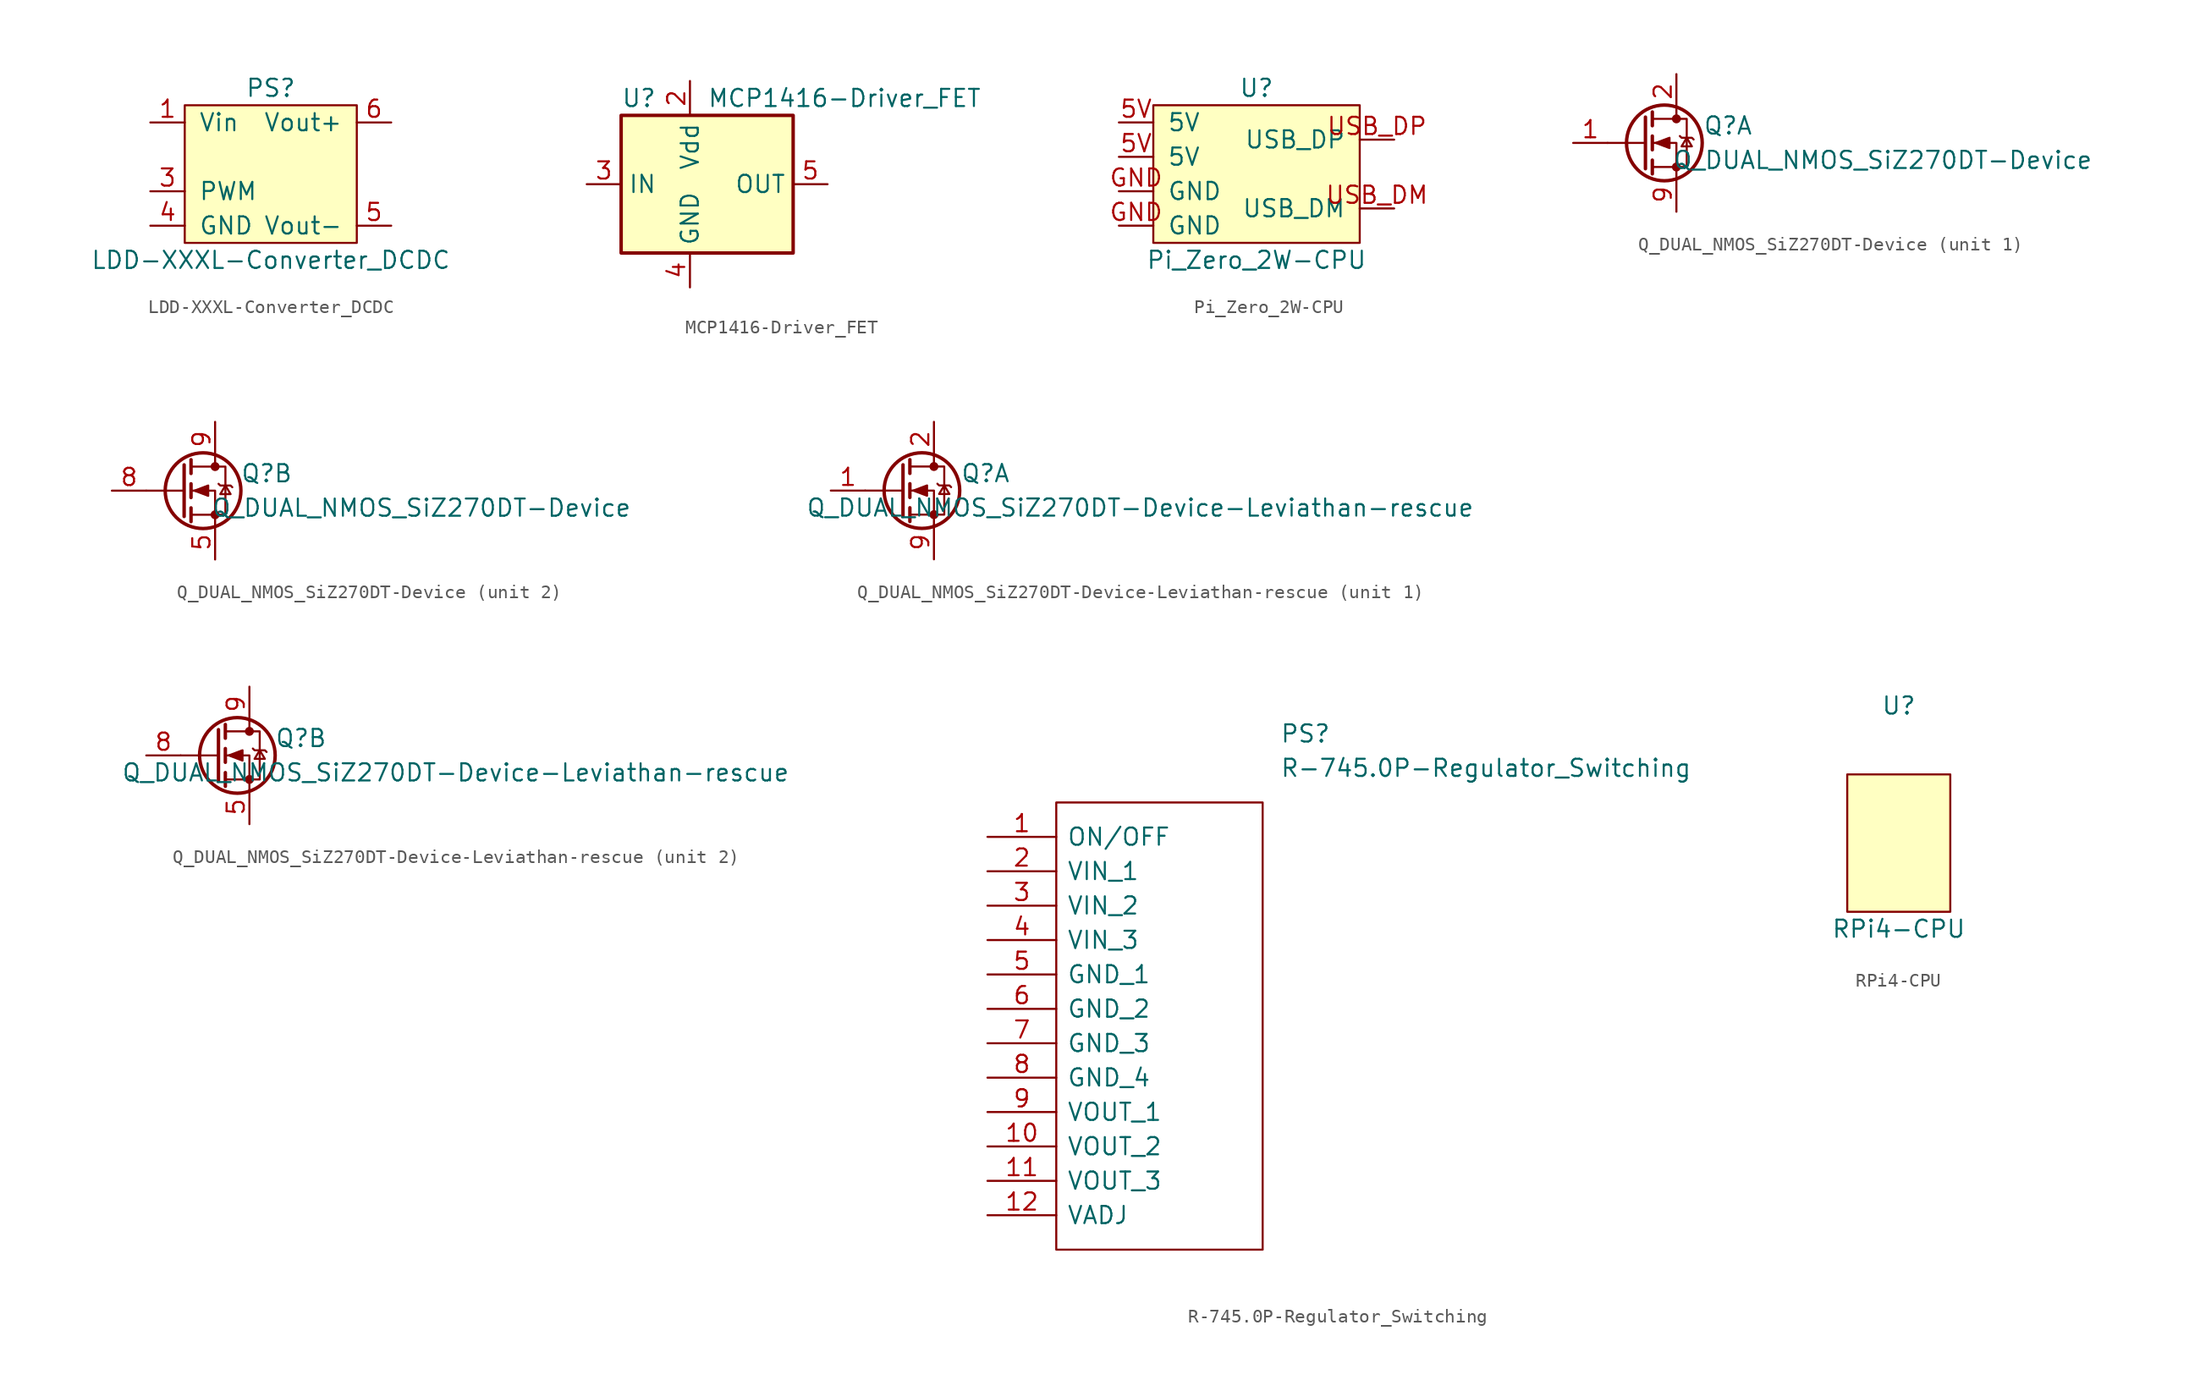
<source format=kicad_sym>
(kicad_symbol_lib
  (version 20211014)
  (generator kicad_symbol_editor)
  (symbol "LDD-XXXL-Converter_DCDC"
    (pin_names
      (offset 1.016))
    (property "Reference" "PS"
      (at 0 6.35 0)
      (effects (font (size 1.27 1.27))))
    (property "Value" "LDD-XXXL-Converter_DCDC"
      (at 0 -6.35 0)
      (effects (font (size 1.27 1.27))))
    (symbol "LDD-XXXL-Converter_DCDC_1_1"
      (rectangle (start -6.35 5.08) (end 6.35 -5.08) (stroke (width 0) (type default) (color 0 0 0 0)) (fill (type background)))
      (pin power_in line (at -8.89 3.81 0) (length 2.54) (name "Vin" (effects (font (size 1.27 1.27)))) (number "1" (effects (font (size 1.27 1.27)))))
      (pin input line (at -8.89 -1.27 0) (length 2.54) (name "PWM" (effects (font (size 1.27 1.27)))) (number "3" (effects (font (size 1.27 1.27)))))
      (pin power_in line (at -8.89 -3.81 0) (length 2.54) (name "GND" (effects (font (size 1.27 1.27)))) (number "4" (effects (font (size 1.27 1.27)))))
      (pin power_out line (at 8.89 -3.81 180) (length 2.54) (name "Vout-" (effects (font (size 1.27 1.27)))) (number "5" (effects (font (size 1.27 1.27)))))
      (pin power_out line (at 8.89 3.81 180) (length 2.54) (name "Vout+" (effects (font (size 1.27 1.27)))) (number "6" (effects (font (size 1.27 1.27)))))))
  (symbol "MCP1416-Driver_FET"
    (property "Reference" "U"
      (at -5.08 6.35 0)
      (effects (font (size 1.27 1.27)) (justify left)))
    (property "Value" "MCP1416-Driver_FET"
      (at 1.27 6.35 0)
      (effects (font (size 1.27 1.27)) (justify left)))
    (symbol "MCP1416-Driver_FET_0_1"
      (rectangle (start -5.08 5.08) (end 7.62 -5.08) (stroke (width 0.254) (type default) (color 0 0 0 0)) (fill (type background))))
    (symbol "MCP1416-Driver_FET_1_1"
      (pin no_connect line (at 7.62 -2.54 180) (length 2.54) hide (name "NC" (effects (font (size 1.27 1.27)))) (number "1" (effects (font (size 1.27 1.27)))))
      (pin power_in line (at 0 7.62 270) (length 2.54) (name "Vdd" (effects (font (size 1.27 1.27)))) (number "2" (effects (font (size 1.27 1.27)))))
      (pin input line (at -7.62 0 0) (length 2.54) (name "IN" (effects (font (size 1.27 1.27)))) (number "3" (effects (font (size 1.27 1.27)))))
      (pin power_in line (at 0 -7.62 90) (length 2.54) (name "GND" (effects (font (size 1.27 1.27)))) (number "4" (effects (font (size 1.27 1.27)))))
      (pin output line (at 10.16 0 180) (length 2.54) (name "OUT" (effects (font (size 1.27 1.27)))) (number "5" (effects (font (size 1.27 1.27)))))))
  (symbol "Pi_Zero_2W-CPU"
    (pin_names
      (offset 1.016))
    (property "Reference" "U"
      (at 0 6.35 0)
      (effects (font (size 1.27 1.27))))
    (property "Value" "Pi_Zero_2W-CPU"
      (at 0 -6.35 0)
      (effects (font (size 1.27 1.27))))
    (symbol "Pi_Zero_2W-CPU_0_1"
      (rectangle (start -7.62 5.08) (end 7.62 -5.08) (stroke (width 0) (type default) (color 0 0 0 0)) (fill (type background))))
    (symbol "Pi_Zero_2W-CPU_1_1"
      (pin power_in line (at -10.16 1.27 0) (length 2.54) (name "5V" (effects (font (size 1.27 1.27)))) (number "5V" (effects (font (size 1.27 1.27)))))
      (pin power_in line (at -10.16 3.81 0) (length 2.54) (name "5V" (effects (font (size 1.27 1.27)))) (number "5V" (effects (font (size 1.27 1.27)))))
      (pin power_in line (at -10.16 -3.81 0) (length 2.54) (name "GND" (effects (font (size 1.27 1.27)))) (number "GND" (effects (font (size 1.27 1.27)))))
      (pin power_in line (at -10.16 -1.27 0) (length 2.54) (name "GND" (effects (font (size 1.27 1.27)))) (number "GND" (effects (font (size 1.27 1.27)))))
      (pin bidirectional line (at 10.16 -2.54 180) (length 2.54) (name "USB_DM" (effects (font (size 1.27 1.27)))) (number "USB_DM" (effects (font (size 1.27 1.27)))))
      (pin bidirectional line (at 10.16 2.54 180) (length 2.54) (name "USB_DP" (effects (font (size 1.27 1.27)))) (number "USB_DP" (effects (font (size 1.27 1.27)))))))
  (symbol "Q_DUAL_NMOS_SiZ270DT-Device"
    (pin_names
      (offset 0) hide)
    (property "Reference" "Q"
      (at 3.81 1.27 0)
      (effects (font (size 1.27 1.27))))
    (property "Value" "Q_DUAL_NMOS_SiZ270DT-Device"
      (at 15.24 -1.27 0)
      (effects (font (size 1.27 1.27))))
    (symbol "Q_DUAL_NMOS_SiZ270DT-Device_1_1"
      (circle (center -0.889 0) (radius 2.794) (stroke (width 0.254) (type default) (color 0 0 0 0)) (fill (type none)))
      (circle (center 0 -1.778) (radius 0.254) (stroke (width 0) (type default) (color 0 0 0 0)) (fill (type outline)))
      (polyline (pts (xy -2.286 0) (xy -5.08 0)) (stroke (width 0) (type default) (color 0 0 0 0)) (fill (type none)))
      (polyline (pts (xy -2.286 1.905) (xy -2.286 -1.905)) (stroke (width 0.254) (type default) (color 0 0 0 0)) (fill (type none)))
      (polyline (pts (xy -1.778 -1.27) (xy -1.778 -2.286)) (stroke (width 0.254) (type default) (color 0 0 0 0)) (fill (type none)))
      (polyline (pts (xy -1.778 0.508) (xy -1.778 -0.508)) (stroke (width 0.254) (type default) (color 0 0 0 0)) (fill (type none)))
      (polyline (pts (xy -1.778 2.286) (xy -1.778 1.27)) (stroke (width 0.254) (type default) (color 0 0 0 0)) (fill (type none)))
      (polyline (pts (xy 0 2.54) (xy 0 1.778)) (stroke (width 0) (type default) (color 0 0 0 0)) (fill (type none)))
      (polyline (pts (xy 0 -2.54) (xy 0 0) (xy -1.778 0)) (stroke (width 0) (type default) (color 0 0 0 0)) (fill (type none)))
      (polyline (pts (xy -1.778 -1.778) (xy 0.762 -1.778) (xy 0.762 1.778) (xy -1.778 1.778)) (stroke (width 0) (type default) (color 0 0 0 0)) (fill (type none)))
      (polyline (pts (xy -1.524 0) (xy -0.508 0.381) (xy -0.508 -0.381) (xy -1.524 0)) (stroke (width 0) (type default) (color 0 0 0 0)) (fill (type outline)))
      (polyline (pts (xy 0.254 0.508) (xy 0.381 0.381) (xy 1.143 0.381) (xy 1.27 0.254)) (stroke (width 0) (type default) (color 0 0 0 0)) (fill (type none)))
      (polyline (pts (xy 0.762 0.381) (xy 0.381 -0.254) (xy 1.143 -0.254) (xy 0.762 0.381)) (stroke (width 0) (type default) (color 0 0 0 0)) (fill (type none)))
      (circle (center 0 1.778) (radius 0.254) (stroke (width 0) (type default) (color 0 0 0 0)) (fill (type outline)))
      (pin input line (at -7.62 0 0) (length 2.54) (name "G" (effects (font (size 1.27 1.27)))) (number "1" (effects (font (size 1.27 1.27)))))
      (pin passive line (at 0 5.08 270) (length 2.54) (name "D" (effects (font (size 1.27 1.27)))) (number "2" (effects (font (size 1.27 1.27)))))
      (pin passive line (at 0 -5.08 90) (length 2.54) (name "S" (effects (font (size 1.27 1.27)))) (number "9" (effects (font (size 1.27 1.27))))))
    (symbol "Q_DUAL_NMOS_SiZ270DT-Device_2_1"
      (circle (center -0.889 0) (radius 2.794) (stroke (width 0.254) (type default) (color 0 0 0 0)) (fill (type none)))
      (circle (center 0 -1.778) (radius 0.254) (stroke (width 0) (type default) (color 0 0 0 0)) (fill (type outline)))
      (polyline (pts (xy -2.286 0) (xy -5.08 0)) (stroke (width 0) (type default) (color 0 0 0 0)) (fill (type none)))
      (polyline (pts (xy -2.286 1.905) (xy -2.286 -1.905)) (stroke (width 0.254) (type default) (color 0 0 0 0)) (fill (type none)))
      (polyline (pts (xy -1.778 -1.27) (xy -1.778 -2.286)) (stroke (width 0.254) (type default) (color 0 0 0 0)) (fill (type none)))
      (polyline (pts (xy -1.778 0.508) (xy -1.778 -0.508)) (stroke (width 0.254) (type default) (color 0 0 0 0)) (fill (type none)))
      (polyline (pts (xy -1.778 2.286) (xy -1.778 1.27)) (stroke (width 0.254) (type default) (color 0 0 0 0)) (fill (type none)))
      (polyline (pts (xy 0 2.54) (xy 0 1.778)) (stroke (width 0) (type default) (color 0 0 0 0)) (fill (type none)))
      (polyline (pts (xy 0 -2.54) (xy 0 0) (xy -1.778 0)) (stroke (width 0) (type default) (color 0 0 0 0)) (fill (type none)))
      (polyline (pts (xy -1.778 -1.778) (xy 0.762 -1.778) (xy 0.762 1.778) (xy -1.778 1.778)) (stroke (width 0) (type default) (color 0 0 0 0)) (fill (type none)))
      (polyline (pts (xy -1.524 0) (xy -0.508 0.381) (xy -0.508 -0.381) (xy -1.524 0)) (stroke (width 0) (type default) (color 0 0 0 0)) (fill (type outline)))
      (polyline (pts (xy 0.254 0.508) (xy 0.381 0.381) (xy 1.143 0.381) (xy 1.27 0.254)) (stroke (width 0) (type default) (color 0 0 0 0)) (fill (type none)))
      (polyline (pts (xy 0.762 0.381) (xy 0.381 -0.254) (xy 1.143 -0.254) (xy 0.762 0.381)) (stroke (width 0) (type default) (color 0 0 0 0)) (fill (type none)))
      (circle (center 0 1.778) (radius 0.254) (stroke (width 0) (type default) (color 0 0 0 0)) (fill (type outline)))
      (pin passive line (at 0 -5.08 90) (length 2.54) (name "S" (effects (font (size 1.27 1.27)))) (number "5" (effects (font (size 1.27 1.27)))))
      (pin input line (at -7.62 0 0) (length 2.54) (name "G" (effects (font (size 1.27 1.27)))) (number "8" (effects (font (size 1.27 1.27)))))
      (pin passive line (at 0 5.08 270) (length 2.54) (name "D" (effects (font (size 1.27 1.27)))) (number "9" (effects (font (size 1.27 1.27)))))))
  (symbol "Q_DUAL_NMOS_SiZ270DT-Device-Leviathan-rescue"
    (pin_names
      (offset 0) hide)
    (property "Reference" "Q"
      (at 3.81 1.27 0)
      (effects (font (size 1.27 1.27))))
    (property "Value" "Q_DUAL_NMOS_SiZ270DT-Device-Leviathan-rescue"
      (at 15.24 -1.27 0)
      (effects (font (size 1.27 1.27))))
    (symbol "Q_DUAL_NMOS_SiZ270DT-Device-Leviathan-rescue_1_1"
      (circle (center -0.889 0) (radius 2.794) (stroke (width 0.254) (type default) (color 0 0 0 0)) (fill (type none)))
      (circle (center 0 -1.778) (radius 0.254) (stroke (width 0) (type default) (color 0 0 0 0)) (fill (type outline)))
      (polyline (pts (xy -2.286 0) (xy -5.08 0)) (stroke (width 0) (type default) (color 0 0 0 0)) (fill (type none)))
      (polyline (pts (xy -2.286 1.905) (xy -2.286 -1.905)) (stroke (width 0.254) (type default) (color 0 0 0 0)) (fill (type none)))
      (polyline (pts (xy -1.778 -1.27) (xy -1.778 -2.286)) (stroke (width 0.254) (type default) (color 0 0 0 0)) (fill (type none)))
      (polyline (pts (xy -1.778 0.508) (xy -1.778 -0.508)) (stroke (width 0.254) (type default) (color 0 0 0 0)) (fill (type none)))
      (polyline (pts (xy -1.778 2.286) (xy -1.778 1.27)) (stroke (width 0.254) (type default) (color 0 0 0 0)) (fill (type none)))
      (polyline (pts (xy 0 2.54) (xy 0 1.778)) (stroke (width 0) (type default) (color 0 0 0 0)) (fill (type none)))
      (polyline (pts (xy 0 -2.54) (xy 0 0) (xy -1.778 0)) (stroke (width 0) (type default) (color 0 0 0 0)) (fill (type none)))
      (polyline (pts (xy -1.778 -1.778) (xy 0.762 -1.778) (xy 0.762 1.778) (xy -1.778 1.778)) (stroke (width 0) (type default) (color 0 0 0 0)) (fill (type none)))
      (polyline (pts (xy -1.524 0) (xy -0.508 0.381) (xy -0.508 -0.381) (xy -1.524 0)) (stroke (width 0) (type default) (color 0 0 0 0)) (fill (type outline)))
      (polyline (pts (xy 0.254 0.508) (xy 0.381 0.381) (xy 1.143 0.381) (xy 1.27 0.254)) (stroke (width 0) (type default) (color 0 0 0 0)) (fill (type none)))
      (polyline (pts (xy 0.762 0.381) (xy 0.381 -0.254) (xy 1.143 -0.254) (xy 0.762 0.381)) (stroke (width 0) (type default) (color 0 0 0 0)) (fill (type none)))
      (circle (center 0 1.778) (radius 0.254) (stroke (width 0) (type default) (color 0 0 0 0)) (fill (type outline)))
      (pin input line (at -7.62 0 0) (length 2.54) (name "G" (effects (font (size 1.27 1.27)))) (number "1" (effects (font (size 1.27 1.27)))))
      (pin passive line (at 0 5.08 270) (length 2.54) (name "D" (effects (font (size 1.27 1.27)))) (number "2" (effects (font (size 1.27 1.27)))))
      (pin passive line (at 0 -5.08 90) (length 2.54) (name "S" (effects (font (size 1.27 1.27)))) (number "9" (effects (font (size 1.27 1.27))))))
    (symbol "Q_DUAL_NMOS_SiZ270DT-Device-Leviathan-rescue_2_1"
      (circle (center -0.889 0) (radius 2.794) (stroke (width 0.254) (type default) (color 0 0 0 0)) (fill (type none)))
      (circle (center 0 -1.778) (radius 0.254) (stroke (width 0) (type default) (color 0 0 0 0)) (fill (type outline)))
      (polyline (pts (xy -2.286 0) (xy -5.08 0)) (stroke (width 0) (type default) (color 0 0 0 0)) (fill (type none)))
      (polyline (pts (xy -2.286 1.905) (xy -2.286 -1.905)) (stroke (width 0.254) (type default) (color 0 0 0 0)) (fill (type none)))
      (polyline (pts (xy -1.778 -1.27) (xy -1.778 -2.286)) (stroke (width 0.254) (type default) (color 0 0 0 0)) (fill (type none)))
      (polyline (pts (xy -1.778 0.508) (xy -1.778 -0.508)) (stroke (width 0.254) (type default) (color 0 0 0 0)) (fill (type none)))
      (polyline (pts (xy -1.778 2.286) (xy -1.778 1.27)) (stroke (width 0.254) (type default) (color 0 0 0 0)) (fill (type none)))
      (polyline (pts (xy 0 2.54) (xy 0 1.778)) (stroke (width 0) (type default) (color 0 0 0 0)) (fill (type none)))
      (polyline (pts (xy 0 -2.54) (xy 0 0) (xy -1.778 0)) (stroke (width 0) (type default) (color 0 0 0 0)) (fill (type none)))
      (polyline (pts (xy -1.778 -1.778) (xy 0.762 -1.778) (xy 0.762 1.778) (xy -1.778 1.778)) (stroke (width 0) (type default) (color 0 0 0 0)) (fill (type none)))
      (polyline (pts (xy -1.524 0) (xy -0.508 0.381) (xy -0.508 -0.381) (xy -1.524 0)) (stroke (width 0) (type default) (color 0 0 0 0)) (fill (type outline)))
      (polyline (pts (xy 0.254 0.508) (xy 0.381 0.381) (xy 1.143 0.381) (xy 1.27 0.254)) (stroke (width 0) (type default) (color 0 0 0 0)) (fill (type none)))
      (polyline (pts (xy 0.762 0.381) (xy 0.381 -0.254) (xy 1.143 -0.254) (xy 0.762 0.381)) (stroke (width 0) (type default) (color 0 0 0 0)) (fill (type none)))
      (circle (center 0 1.778) (radius 0.254) (stroke (width 0) (type default) (color 0 0 0 0)) (fill (type outline)))
      (pin passive line (at 0 -5.08 90) (length 2.54) (name "S" (effects (font (size 1.27 1.27)))) (number "5" (effects (font (size 1.27 1.27)))))
      (pin input line (at -7.62 0 0) (length 2.54) (name "G" (effects (font (size 1.27 1.27)))) (number "8" (effects (font (size 1.27 1.27)))))
      (pin passive line (at 0 5.08 270) (length 2.54) (name "D" (effects (font (size 1.27 1.27)))) (number "9" (effects (font (size 1.27 1.27)))))))
  (symbol "R-745.0P-Regulator_Switching"
    (pin_names
      (offset 0.762))
    (property "Reference" "PS"
      (at 21.59 7.62 0)
      (effects (font (size 1.27 1.27)) (justify left)))
    (property "Value" "R-745.0P-Regulator_Switching"
      (at 21.59 5.08 0)
      (effects (font (size 1.27 1.27)) (justify left)))
    (symbol "R-745.0P-Regulator_Switching_0_0"
      (pin passive line (at 0 0 0) (length 5.08) (name "ON/OFF" (effects (font (size 1.27 1.27)))) (number "1" (effects (font (size 1.27 1.27)))))
      (pin passive line (at 0 -22.86 0) (length 5.08) (name "VOUT_2" (effects (font (size 1.27 1.27)))) (number "10" (effects (font (size 1.27 1.27)))))
      (pin passive line (at 0 -25.4 0) (length 5.08) (name "VOUT_3" (effects (font (size 1.27 1.27)))) (number "11" (effects (font (size 1.27 1.27)))))
      (pin passive line (at 0 -27.94 0) (length 5.08) (name "VADJ" (effects (font (size 1.27 1.27)))) (number "12" (effects (font (size 1.27 1.27)))))
      (pin passive line (at 0 -2.54 0) (length 5.08) (name "VIN_1" (effects (font (size 1.27 1.27)))) (number "2" (effects (font (size 1.27 1.27)))))
      (pin passive line (at 0 -5.08 0) (length 5.08) (name "VIN_2" (effects (font (size 1.27 1.27)))) (number "3" (effects (font (size 1.27 1.27)))))
      (pin passive line (at 0 -7.62 0) (length 5.08) (name "VIN_3" (effects (font (size 1.27 1.27)))) (number "4" (effects (font (size 1.27 1.27)))))
      (pin passive line (at 0 -10.16 0) (length 5.08) (name "GND_1" (effects (font (size 1.27 1.27)))) (number "5" (effects (font (size 1.27 1.27)))))
      (pin passive line (at 0 -12.7 0) (length 5.08) (name "GND_2" (effects (font (size 1.27 1.27)))) (number "6" (effects (font (size 1.27 1.27)))))
      (pin passive line (at 0 -15.24 0) (length 5.08) (name "GND_3" (effects (font (size 1.27 1.27)))) (number "7" (effects (font (size 1.27 1.27)))))
      (pin passive line (at 0 -17.78 0) (length 5.08) (name "GND_4" (effects (font (size 1.27 1.27)))) (number "8" (effects (font (size 1.27 1.27)))))
      (pin passive line (at 0 -20.32 0) (length 5.08) (name "VOUT_1" (effects (font (size 1.27 1.27)))) (number "9" (effects (font (size 1.27 1.27))))))
    (symbol "R-745.0P-Regulator_Switching_0_1"
      (polyline (pts (xy 5.08 2.54) (xy 20.32 2.54) (xy 20.32 -30.48) (xy 5.08 -30.48) (xy 5.08 2.54)) (stroke (width 0.152) (type default) (color 0 0 0 0)) (fill (type none)))))
  (symbol "RPi4-CPU"
    (pin_names
      (offset 1.016))
    (property "Reference" "U"
      (at 0 10.16 0)
      (effects (font (size 1.27 1.27))))
    (property "Value" "RPi4-CPU"
      (at 0 -6.35 0)
      (effects (font (size 1.27 1.27))))
    (symbol "RPi4-CPU_0_1"
      (rectangle (start -3.81 5.08) (end 3.81 -5.08) (stroke (width 0) (type default) (color 0 0 0 0)) (fill (type background))))))
</source>
